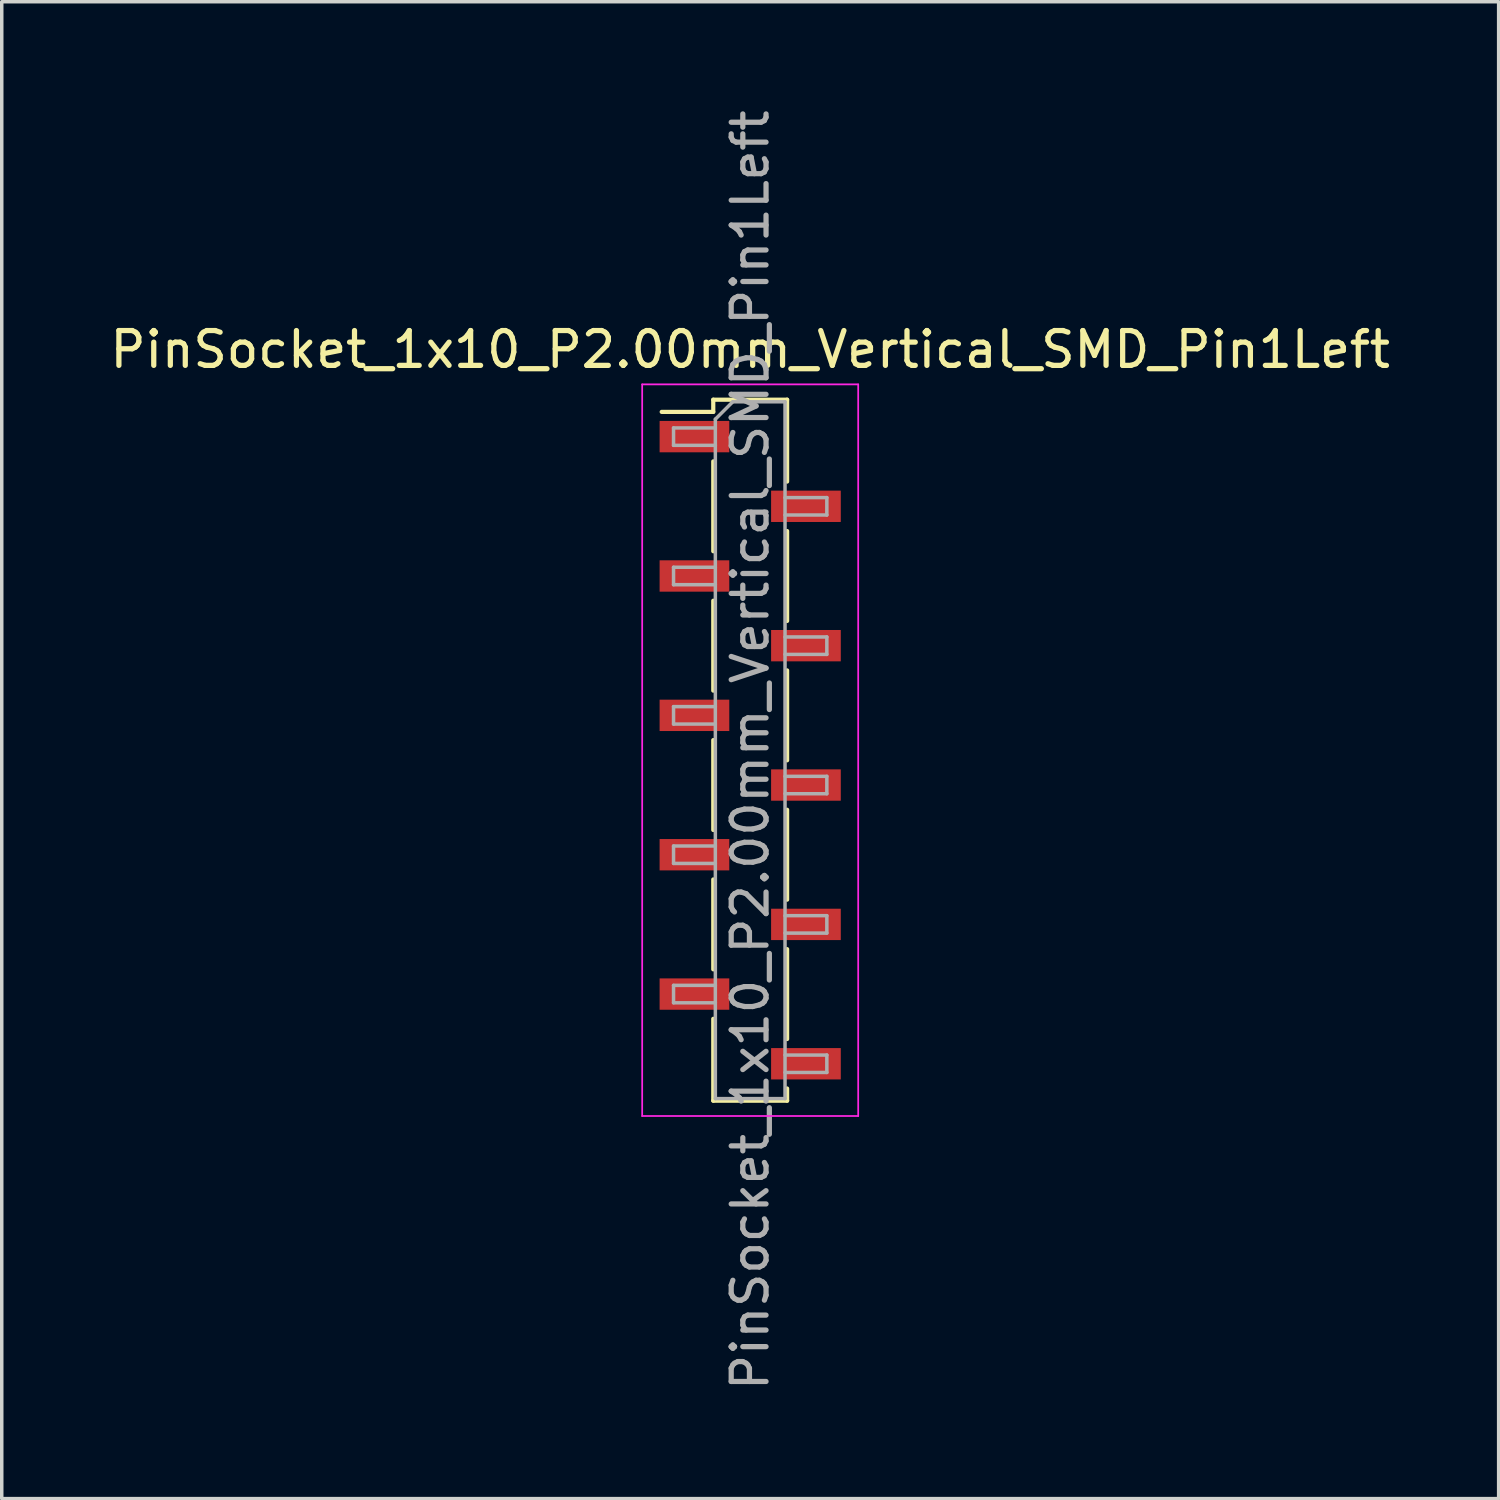
<source format=kicad_pcb>
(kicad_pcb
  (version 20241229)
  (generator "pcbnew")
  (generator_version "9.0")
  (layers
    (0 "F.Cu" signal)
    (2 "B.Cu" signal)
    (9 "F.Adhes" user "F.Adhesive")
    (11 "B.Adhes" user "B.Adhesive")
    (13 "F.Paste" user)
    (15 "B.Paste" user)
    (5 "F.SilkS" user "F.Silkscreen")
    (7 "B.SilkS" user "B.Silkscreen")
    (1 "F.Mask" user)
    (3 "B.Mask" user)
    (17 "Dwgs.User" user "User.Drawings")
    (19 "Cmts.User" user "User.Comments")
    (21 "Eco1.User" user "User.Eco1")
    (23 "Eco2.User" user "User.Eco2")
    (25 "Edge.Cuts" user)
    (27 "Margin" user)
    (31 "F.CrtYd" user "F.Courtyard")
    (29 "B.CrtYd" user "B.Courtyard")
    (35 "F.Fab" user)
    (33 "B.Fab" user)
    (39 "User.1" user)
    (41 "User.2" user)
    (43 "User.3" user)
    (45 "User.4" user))
  (footprint "PinSocket_1x10_P2.00mm_Vertical_SMD_Pin1Left"
    (layer "F.Cu")
    (at 18.482 18.482)
    (property "Reference" "PinSocket_1x10_P2.00mm_Vertical_SMD_Pin1Left" (at 0 -11.5 0) (layer "F.SilkS") (effects (font (size 1 1) (thickness 0.15))))
    (attr smd)
    (fp_line (start -2.54 -9.71) (end -1.06 -9.71) (stroke (width 0.12) (type solid)) (layer "F.SilkS"))
    (fp_line (start -1.06 -10.06) (end -1.06 -9.71) (stroke (width 0.12) (type solid)) (layer "F.SilkS"))
    (fp_line (start -1.06 -10.06) (end 1.06 -10.06) (stroke (width 0.12) (type solid)) (layer "F.SilkS"))
    (fp_line (start -1.06 -8.29) (end -1.06 -5.71) (stroke (width 0.12) (type solid)) (layer "F.SilkS"))
    (fp_line (start -1.06 -4.29) (end -1.06 -1.71) (stroke (width 0.12) (type solid)) (layer "F.SilkS"))
    (fp_line (start -1.06 -0.29) (end -1.06 2.29) (stroke (width 0.12) (type solid)) (layer "F.SilkS"))
    (fp_line (start -1.06 3.71) (end -1.06 6.29) (stroke (width 0.12) (type solid)) (layer "F.SilkS"))
    (fp_line (start -1.06 7.71) (end -1.06 10.06) (stroke (width 0.12) (type solid)) (layer "F.SilkS"))
    (fp_line (start -1.06 10.06) (end 1.06 10.06) (stroke (width 0.12) (type solid)) (layer "F.SilkS"))
    (fp_line (start 1.06 -10.06) (end 1.06 -7.71) (stroke (width 0.12) (type solid)) (layer "F.SilkS"))
    (fp_line (start 1.06 -6.29) (end 1.06 -3.71) (stroke (width 0.12) (type solid)) (layer "F.SilkS"))
    (fp_line (start 1.06 -2.29) (end 1.06 0.29) (stroke (width 0.12) (type solid)) (layer "F.SilkS"))
    (fp_line (start 1.06 1.71) (end 1.06 4.29) (stroke (width 0.12) (type solid)) (layer "F.SilkS"))
    (fp_line (start 1.06 5.71) (end 1.06 8.29) (stroke (width 0.12) (type solid)) (layer "F.SilkS"))
    (fp_line (start 1.06 9.71) (end 1.06 10.06) (stroke (width 0.12) (type solid)) (layer "F.SilkS"))
    (fp_line (start -3.1 -10.5) (end 3.1 -10.5) (stroke (width 0.05) (type solid)) (layer "F.CrtYd"))
    (fp_line (start -3.1 10.5) (end -3.1 -10.5) (stroke (width 0.05) (type solid)) (layer "F.CrtYd"))
    (fp_line (start 3.1 -10.5) (end 3.1 10.5) (stroke (width 0.05) (type solid)) (layer "F.CrtYd"))
    (fp_line (start 3.1 10.5) (end -3.1 10.5) (stroke (width 0.05) (type solid)) (layer "F.CrtYd"))
    (fp_line (start -2.2 -9.25) (end -1 -9.25) (stroke (width 0.1) (type solid)) (layer "F.Fab"))
    (fp_line (start -2.2 -8.75) (end -2.2 -9.25) (stroke (width 0.1) (type solid)) (layer "F.Fab"))
    (fp_line (start -2.2 -5.25) (end -1 -5.25) (stroke (width 0.1) (type solid)) (layer "F.Fab"))
    (fp_line (start -2.2 -4.75) (end -2.2 -5.25) (stroke (width 0.1) (type solid)) (layer "F.Fab"))
    (fp_line (start -2.2 -1.25) (end -1 -1.25) (stroke (width 0.1) (type solid)) (layer "F.Fab"))
    (fp_line (start -2.2 -0.75) (end -2.2 -1.25) (stroke (width 0.1) (type solid)) (layer "F.Fab"))
    (fp_line (start -2.2 2.75) (end -1 2.75) (stroke (width 0.1) (type solid)) (layer "F.Fab"))
    (fp_line (start -2.2 3.25) (end -2.2 2.75) (stroke (width 0.1) (type solid)) (layer "F.Fab"))
    (fp_line (start -2.2 6.75) (end -1 6.75) (stroke (width 0.1) (type solid)) (layer "F.Fab"))
    (fp_line (start -2.2 7.25) (end -2.2 6.75) (stroke (width 0.1) (type solid)) (layer "F.Fab"))
    (fp_line (start -1 -9.5) (end -0.5 -10) (stroke (width 0.1) (type solid)) (layer "F.Fab"))
    (fp_line (start -1 -8.75) (end -2.2 -8.75) (stroke (width 0.1) (type solid)) (layer "F.Fab"))
    (fp_line (start -1 -4.75) (end -2.2 -4.75) (stroke (width 0.1) (type solid)) (layer "F.Fab"))
    (fp_line (start -1 -0.75) (end -2.2 -0.75) (stroke (width 0.1) (type solid)) (layer "F.Fab"))
    (fp_line (start -1 3.25) (end -2.2 3.25) (stroke (width 0.1) (type solid)) (layer "F.Fab"))
    (fp_line (start -1 7.25) (end -2.2 7.25) (stroke (width 0.1) (type solid)) (layer "F.Fab"))
    (fp_line (start -1 10) (end -1 -9.5) (stroke (width 0.1) (type solid)) (layer "F.Fab"))
    (fp_line (start -0.5 -10) (end 1 -10) (stroke (width 0.1) (type solid)) (layer "F.Fab"))
    (fp_line (start 1 -10) (end 1 10) (stroke (width 0.1) (type solid)) (layer "F.Fab"))
    (fp_line (start 1 -7.25) (end 2.2 -7.25) (stroke (width 0.1) (type solid)) (layer "F.Fab"))
    (fp_line (start 1 -3.25) (end 2.2 -3.25) (stroke (width 0.1) (type solid)) (layer "F.Fab"))
    (fp_line (start 1 0.75) (end 2.2 0.75) (stroke (width 0.1) (type solid)) (layer "F.Fab"))
    (fp_line (start 1 4.75) (end 2.2 4.75) (stroke (width 0.1) (type solid)) (layer "F.Fab"))
    (fp_line (start 1 8.75) (end 2.2 8.75) (stroke (width 0.1) (type solid)) (layer "F.Fab"))
    (fp_line (start 1 10) (end -1 10) (stroke (width 0.1) (type solid)) (layer "F.Fab"))
    (fp_line (start 2.2 -7.25) (end 2.2 -6.75) (stroke (width 0.1) (type solid)) (layer "F.Fab"))
    (fp_line (start 2.2 -6.75) (end 1 -6.75) (stroke (width 0.1) (type solid)) (layer "F.Fab"))
    (fp_line (start 2.2 -3.25) (end 2.2 -2.75) (stroke (width 0.1) (type solid)) (layer "F.Fab"))
    (fp_line (start 2.2 -2.75) (end 1 -2.75) (stroke (width 0.1) (type solid)) (layer "F.Fab"))
    (fp_line (start 2.2 0.75) (end 2.2 1.25) (stroke (width 0.1) (type solid)) (layer "F.Fab"))
    (fp_line (start 2.2 1.25) (end 1 1.25) (stroke (width 0.1) (type solid)) (layer "F.Fab"))
    (fp_line (start 2.2 4.75) (end 2.2 5.25) (stroke (width 0.1) (type solid)) (layer "F.Fab"))
    (fp_line (start 2.2 5.25) (end 1 5.25) (stroke (width 0.1) (type solid)) (layer "F.Fab"))
    (fp_line (start 2.2 8.75) (end 2.2 9.25) (stroke (width 0.1) (type solid)) (layer "F.Fab"))
    (fp_line (start 2.2 9.25) (end 1 9.25) (stroke (width 0.1) (type solid)) (layer "F.Fab"))
    (fp_text user "${REFERENCE}" (at 0 0 90) (layer "F.Fab") (effects (font (size 1 1) (thickness 0.15))))
    (pad "1" smd rect (at -1.6 -9) (size 2 0.9) (layers "F.Cu" "F.Mask" "F.Paste"))
    (pad "2" smd rect (at 1.6 -7) (size 2 0.9) (layers "F.Cu" "F.Mask" "F.Paste"))
    (pad "3" smd rect (at -1.6 -5) (size 2 0.9) (layers "F.Cu" "F.Mask" "F.Paste"))
    (pad "4" smd rect (at 1.6 -3) (size 2 0.9) (layers "F.Cu" "F.Mask" "F.Paste"))
    (pad "5" smd rect (at -1.6 -1) (size 2 0.9) (layers "F.Cu" "F.Mask" "F.Paste"))
    (pad "6" smd rect (at 1.6 1) (size 2 0.9) (layers "F.Cu" "F.Mask" "F.Paste"))
    (pad "7" smd rect (at -1.6 3) (size 2 0.9) (layers "F.Cu" "F.Mask" "F.Paste"))
    (pad "8" smd rect (at 1.6 5) (size 2 0.9) (layers "F.Cu" "F.Mask" "F.Paste"))
    (pad "9" smd rect (at -1.6 7) (size 2 0.9) (layers "F.Cu" "F.Mask" "F.Paste"))
    (pad "10" smd rect (at 1.6 9) (size 2 0.9) (layers "F.Cu" "F.Mask" "F.Paste")))
  (gr_rect
    (start -3 -3)
    (end 39.964 39.964)
    (stroke (width 0.1) (type default))
    (fill no)
    (layer "Edge.Cuts")))
</source>
